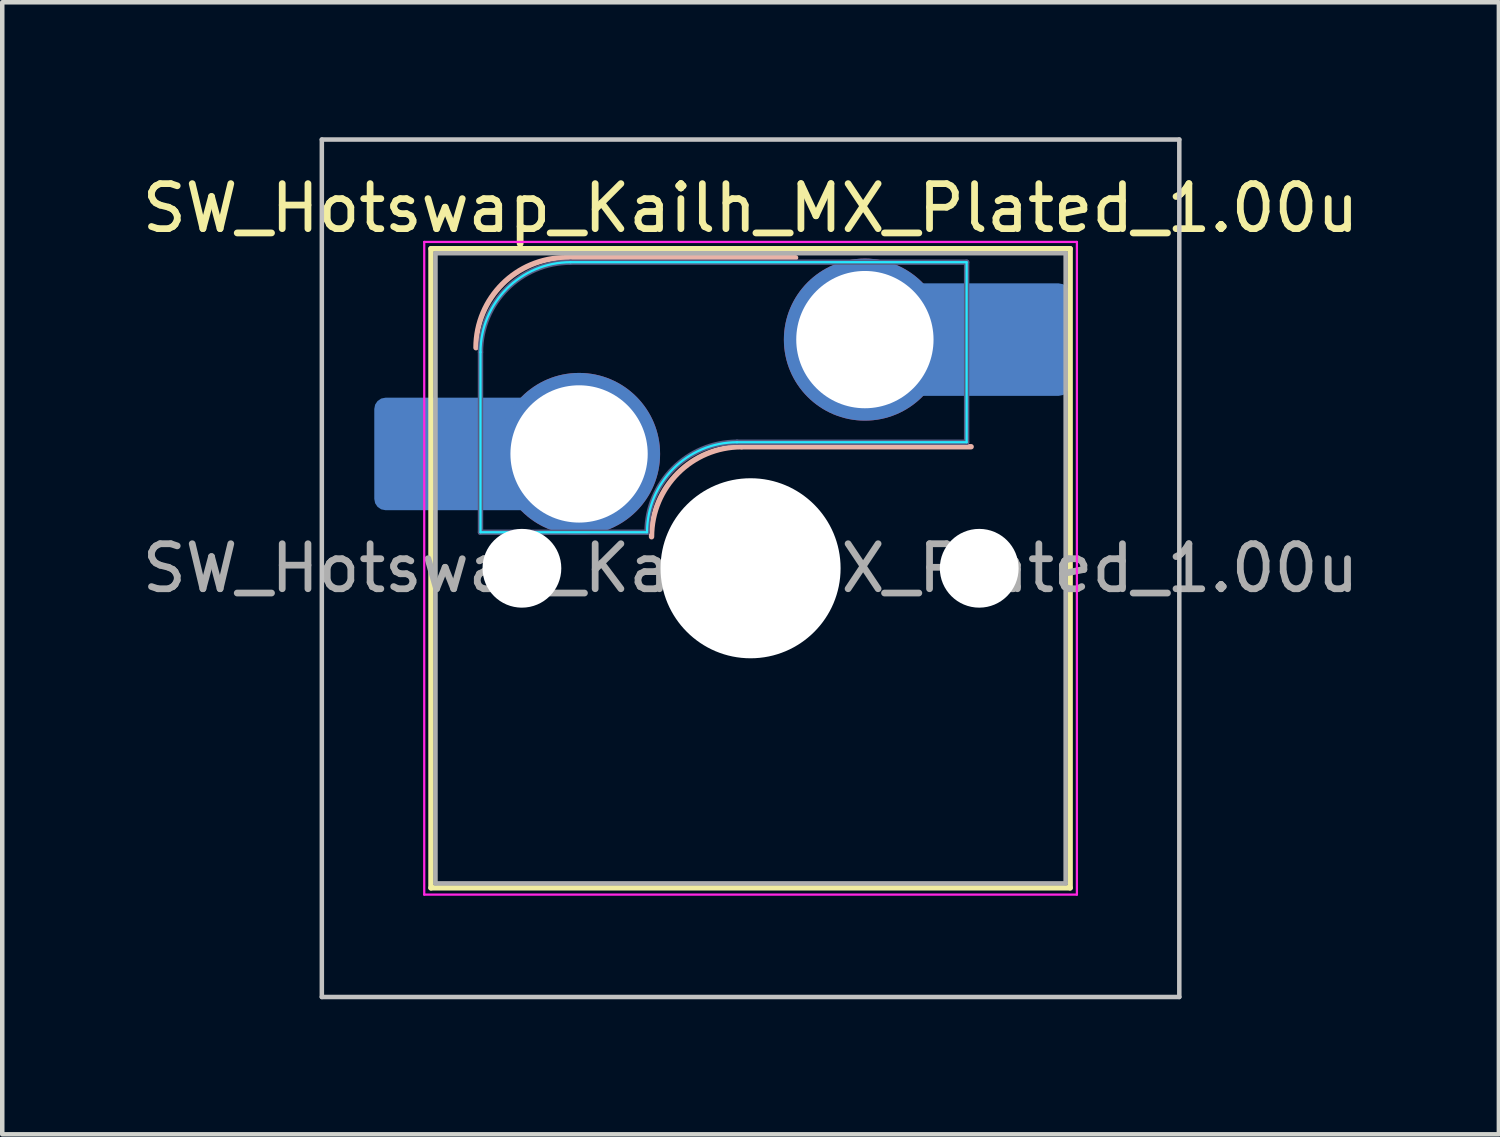
<source format=kicad_pcb>
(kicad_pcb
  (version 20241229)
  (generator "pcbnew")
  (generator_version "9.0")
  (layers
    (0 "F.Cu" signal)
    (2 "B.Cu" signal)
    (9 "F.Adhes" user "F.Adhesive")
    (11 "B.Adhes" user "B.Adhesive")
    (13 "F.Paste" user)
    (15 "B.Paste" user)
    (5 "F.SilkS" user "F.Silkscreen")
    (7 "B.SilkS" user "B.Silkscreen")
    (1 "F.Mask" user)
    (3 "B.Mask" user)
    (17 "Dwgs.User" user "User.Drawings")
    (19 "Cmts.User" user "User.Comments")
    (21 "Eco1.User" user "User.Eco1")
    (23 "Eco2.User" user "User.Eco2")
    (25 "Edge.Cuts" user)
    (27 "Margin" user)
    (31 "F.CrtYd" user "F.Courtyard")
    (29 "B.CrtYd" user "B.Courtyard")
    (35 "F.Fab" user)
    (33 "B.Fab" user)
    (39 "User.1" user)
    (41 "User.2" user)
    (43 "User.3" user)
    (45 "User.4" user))
  (footprint "SW_Hotswap_Kailh_MX_Plated_1.00u"
    (layer "F.Cu")
    (at 13.625 9.575)
    (property "Reference" "SW_Hotswap_Kailh_MX_Plated_1.00u" (at 0 -8 0) (layer "F.SilkS") (effects (font (size 1 1) (thickness 0.15))))
    (attr smd)
    (fp_line (start -7.1 -7.1) (end -7.1 7.1) (stroke (width 0.12) (type solid)) (layer "F.SilkS"))
    (fp_line (start -7.1 7.1) (end 7.1 7.1) (stroke (width 0.12) (type solid)) (layer "F.SilkS"))
    (fp_line (start 7.1 -7.1) (end -7.1 -7.1) (stroke (width 0.12) (type solid)) (layer "F.SilkS"))
    (fp_line (start 7.1 7.1) (end 7.1 -7.1) (stroke (width 0.12) (type solid)) (layer "F.SilkS"))
    (fp_line (start -4.1 -6.9) (end 1 -6.9) (stroke (width 0.12) (type solid)) (layer "B.SilkS"))
    (fp_line (start -0.2 -2.7) (end 4.9 -2.7) (stroke (width 0.12) (type solid)) (layer "B.SilkS"))
    (fp_arc (start -6.1 -4.9) (mid -5.514214 -6.314214) (end -4.1 -6.9) (stroke (width 0.12) (type solid)) (layer "B.SilkS"))
    (fp_arc (start -2.2 -0.7) (mid -1.614214 -2.114214) (end -0.2 -2.7) (stroke (width 0.12) (type solid)) (layer "B.SilkS"))
    (fp_line (start -9.525 -9.525) (end -9.525 9.525) (stroke (width 0.1) (type solid)) (layer "Dwgs.User"))
    (fp_line (start -9.525 9.525) (end 9.525 9.525) (stroke (width 0.1) (type solid)) (layer "Dwgs.User"))
    (fp_line (start 9.525 -9.525) (end -9.525 -9.525) (stroke (width 0.1) (type solid)) (layer "Dwgs.User"))
    (fp_line (start 9.525 9.525) (end 9.525 -9.525) (stroke (width 0.1) (type solid)) (layer "Dwgs.User"))
    (fp_line (start -7.8 -6) (end -7 -6) (stroke (width 0.1) (type solid)) (layer "Eco1.User"))
    (fp_line (start -7.8 -2.9) (end -7.8 -6) (stroke (width 0.1) (type solid)) (layer "Eco1.User"))
    (fp_line (start -7.8 2.9) (end -7 2.9) (stroke (width 0.1) (type solid)) (layer "Eco1.User"))
    (fp_line (start -7.8 6) (end -7.8 2.9) (stroke (width 0.1) (type solid)) (layer "Eco1.User"))
    (fp_line (start -7 -7) (end 7 -7) (stroke (width 0.1) (type solid)) (layer "Eco1.User"))
    (fp_line (start -7 -6) (end -7 -7) (stroke (width 0.1) (type solid)) (layer "Eco1.User"))
    (fp_line (start -7 -2.9) (end -7.8 -2.9) (stroke (width 0.1) (type solid)) (layer "Eco1.User"))
    (fp_line (start -7 2.9) (end -7 -2.9) (stroke (width 0.1) (type solid)) (layer "Eco1.User"))
    (fp_line (start -7 6) (end -7.8 6) (stroke (width 0.1) (type solid)) (layer "Eco1.User"))
    (fp_line (start -7 7) (end -7 6) (stroke (width 0.1) (type solid)) (layer "Eco1.User"))
    (fp_line (start 7 -7) (end 7 -6) (stroke (width 0.1) (type solid)) (layer "Eco1.User"))
    (fp_line (start 7 -6) (end 7.8 -6) (stroke (width 0.1) (type solid)) (layer "Eco1.User"))
    (fp_line (start 7 -2.9) (end 7 2.9) (stroke (width 0.1) (type solid)) (layer "Eco1.User"))
    (fp_line (start 7 2.9) (end 7.8 2.9) (stroke (width 0.1) (type solid)) (layer "Eco1.User"))
    (fp_line (start 7 6) (end 7 7) (stroke (width 0.1) (type solid)) (layer "Eco1.User"))
    (fp_line (start 7 7) (end -7 7) (stroke (width 0.1) (type solid)) (layer "Eco1.User"))
    (fp_line (start 7.8 -6) (end 7.8 -2.9) (stroke (width 0.1) (type solid)) (layer "Eco1.User"))
    (fp_line (start 7.8 -2.9) (end 7 -2.9) (stroke (width 0.1) (type solid)) (layer "Eco1.User"))
    (fp_line (start 7.8 2.9) (end 7.8 6) (stroke (width 0.1) (type solid)) (layer "Eco1.User"))
    (fp_line (start 7.8 6) (end 7 6) (stroke (width 0.1) (type solid)) (layer "Eco1.User"))
    (fp_line (start -6 -0.8) (end -6 -4.8) (stroke (width 0.05) (type solid)) (layer "B.CrtYd"))
    (fp_line (start -6 -0.8) (end -2.3 -0.8) (stroke (width 0.05) (type solid)) (layer "B.CrtYd"))
    (fp_line (start -4 -6.8) (end 4.8 -6.8) (stroke (width 0.05) (type solid)) (layer "B.CrtYd"))
    (fp_line (start -0.3 -2.8) (end 4.8 -2.8) (stroke (width 0.05) (type solid)) (layer "B.CrtYd"))
    (fp_line (start 4.8 -6.8) (end 4.8 -2.8) (stroke (width 0.05) (type solid)) (layer "B.CrtYd"))
    (fp_arc (start -6 -4.8) (mid -5.414214 -6.214214) (end -4 -6.8) (stroke (width 0.05) (type solid)) (layer "B.CrtYd"))
    (fp_arc (start -2.3 -0.8) (mid -1.714214 -2.214214) (end -0.3 -2.8) (stroke (width 0.05) (type solid)) (layer "B.CrtYd"))
    (fp_line (start -7.25 -7.25) (end -7.25 7.25) (stroke (width 0.05) (type solid)) (layer "F.CrtYd"))
    (fp_line (start -7.25 7.25) (end 7.25 7.25) (stroke (width 0.05) (type solid)) (layer "F.CrtYd"))
    (fp_line (start 7.25 -7.25) (end -7.25 -7.25) (stroke (width 0.05) (type solid)) (layer "F.CrtYd"))
    (fp_line (start 7.25 7.25) (end 7.25 -7.25) (stroke (width 0.05) (type solid)) (layer "F.CrtYd"))
    (fp_line (start -6 -0.8) (end -6 -4.8) (stroke (width 0.12) (type solid)) (layer "B.Fab"))
    (fp_line (start -6 -0.8) (end -2.3 -0.8) (stroke (width 0.12) (type solid)) (layer "B.Fab"))
    (fp_line (start -4 -6.8) (end 4.8 -6.8) (stroke (width 0.12) (type solid)) (layer "B.Fab"))
    (fp_line (start -0.3 -2.8) (end 4.8 -2.8) (stroke (width 0.12) (type solid)) (layer "B.Fab"))
    (fp_line (start 4.8 -6.8) (end 4.8 -2.8) (stroke (width 0.12) (type solid)) (layer "B.Fab"))
    (fp_arc (start -6 -4.8) (mid -5.414214 -6.214214) (end -4 -6.8) (stroke (width 0.12) (type solid)) (layer "B.Fab"))
    (fp_arc (start -2.3 -0.8) (mid -1.714214 -2.214214) (end -0.3 -2.8) (stroke (width 0.12) (type solid)) (layer "B.Fab"))
    (fp_line (start -7 -7) (end -7 7) (stroke (width 0.1) (type solid)) (layer "F.Fab"))
    (fp_line (start -7 7) (end 7 7) (stroke (width 0.1) (type solid)) (layer "F.Fab"))
    (fp_line (start 7 -7) (end -7 -7) (stroke (width 0.1) (type solid)) (layer "F.Fab"))
    (fp_line (start 7 7) (end 7 -7) (stroke (width 0.1) (type solid)) (layer "F.Fab"))
    (fp_text user "${REFERENCE}" (at 0 0 0) (layer "F.Fab") (effects (font (size 1 1) (thickness 0.15))))
    (pad "" smd roundrect (at -7.085 -2.54) (size 2.55 2.5) (layers "B.Mask" "B.Paste") (roundrect_rratio 0.1))
    (pad "" np_thru_hole circle (at -5.08 0) (size 1.75 1.75) (drill 1.75) (layers "*.Cu" "*.Mask"))
    (pad "" np_thru_hole circle (at 0 0) (size 4 4) (drill 4) (layers "*.Cu" "*.Mask"))
    (pad "" np_thru_hole circle (at 5.08 0) (size 1.75 1.75) (drill 1.75) (layers "*.Cu" "*.Mask"))
    (pad "" smd roundrect (at 5.842 -5.08) (size 2.55 2.5) (layers "B.Mask" "B.Paste") (roundrect_rratio 0.1))
    (pad "1" smd roundrect (at -6.585 -2.54) (size 3.55 2.5) (layers "B.Cu") (roundrect_rratio 0.1))
    (pad "1" thru_hole circle (at -3.81 -2.54) (size 3.6 3.6) (drill 3.05) (layers "*.Cu" "*.Mask"))
    (pad "2" thru_hole circle (at 2.54 -5.08) (size 3.6 3.6) (drill 3.05) (layers "*.Cu" "*.Mask"))
    (pad "2" smd roundrect (at 5.32 -5.08) (size 3.55 2.5) (layers "B.Cu") (roundrect_rratio 0.1)))
  (gr_rect
    (start -3 -3)
    (end 30.25 22.15)
    (stroke (width 0.1) (type default))
    (fill no)
    (layer "Edge.Cuts")))
</source>
